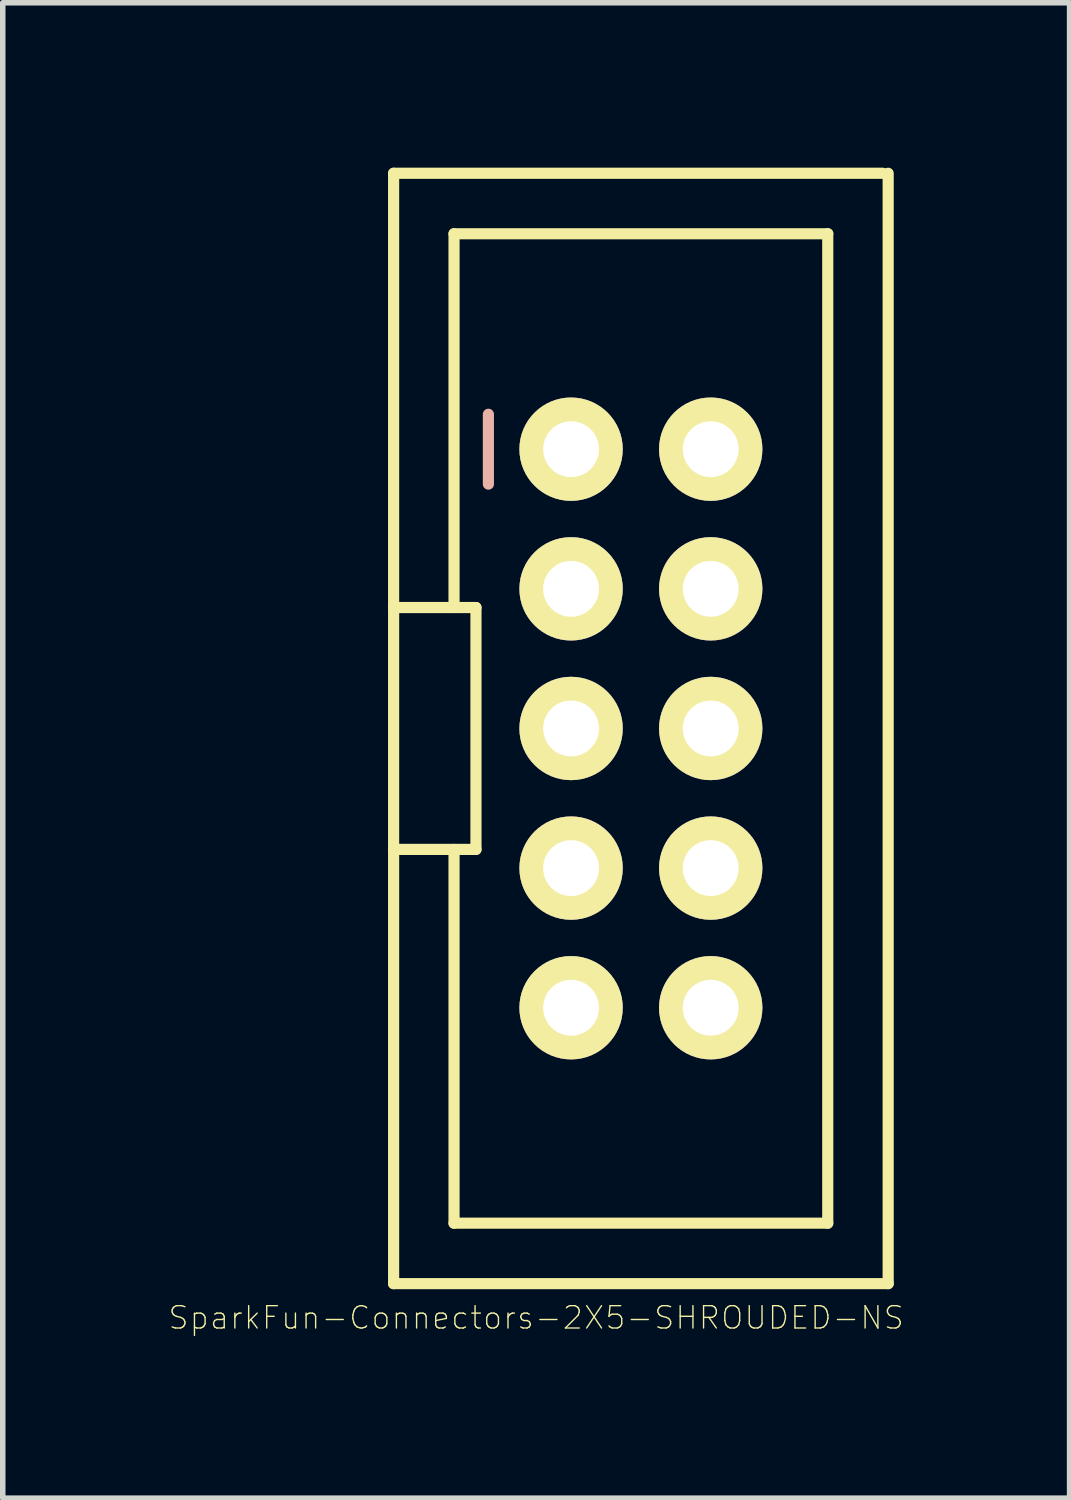
<source format=kicad_pcb>
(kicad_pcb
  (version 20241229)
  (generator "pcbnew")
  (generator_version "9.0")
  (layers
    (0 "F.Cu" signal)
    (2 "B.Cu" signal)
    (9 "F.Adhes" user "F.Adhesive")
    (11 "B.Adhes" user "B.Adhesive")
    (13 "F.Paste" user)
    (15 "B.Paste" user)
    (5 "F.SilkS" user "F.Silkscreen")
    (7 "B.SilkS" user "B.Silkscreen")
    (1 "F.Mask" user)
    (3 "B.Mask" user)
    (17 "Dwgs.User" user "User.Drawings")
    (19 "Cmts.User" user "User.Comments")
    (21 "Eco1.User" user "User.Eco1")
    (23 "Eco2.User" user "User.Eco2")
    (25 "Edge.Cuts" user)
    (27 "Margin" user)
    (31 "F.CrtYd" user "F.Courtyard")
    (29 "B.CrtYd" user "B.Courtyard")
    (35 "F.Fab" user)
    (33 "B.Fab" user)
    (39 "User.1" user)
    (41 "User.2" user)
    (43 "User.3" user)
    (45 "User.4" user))
  (footprint "SparkFun-Connectors-2X5-SHROUDED-NS"
    (layer "F.Cu")
    (at 8.608 10.201)
    (property "Reference" "SparkFun-Connectors-2X5-SHROUDED-NS" (at -1.905 10.719 0) (layer "F.SilkS") (effects (font (size 0.406 0.406) (thickness 0.025))))
    (attr exclude_from_pos_files exclude_from_bom)
    (fp_line (start -4.498 -10.099) (end 4.399 -10.099) (stroke (width 0.203) (type solid)) (layer "F.SilkS"))
    (fp_line (start -4.498 -2.2) (end -4.498 -10.099) (stroke (width 0.203) (type solid)) (layer "F.SilkS"))
    (fp_line (start -4.498 -2.2) (end -3 -2.2) (stroke (width 0.203) (type solid)) (layer "F.SilkS"))
    (fp_line (start -4.498 2.2) (end -4.498 -2.2) (stroke (width 0.203) (type solid)) (layer "F.SilkS"))
    (fp_line (start -4.498 10.099) (end -4.498 2.2) (stroke (width 0.203) (type solid)) (layer "F.SilkS"))
    (fp_line (start -3.399 -8.999) (end -3.399 -2.2) (stroke (width 0.203) (type solid)) (layer "F.SilkS"))
    (fp_line (start -3.399 -8.999) (end 3.399 -8.999) (stroke (width 0.203) (type solid)) (layer "F.SilkS"))
    (fp_line (start -3.399 8.999) (end -3.399 2.2) (stroke (width 0.203) (type solid)) (layer "F.SilkS"))
    (fp_line (start -3.399 8.999) (end 3.399 8.999) (stroke (width 0.203) (type solid)) (layer "F.SilkS"))
    (fp_line (start -3 -2.2) (end -3 2.2) (stroke (width 0.203) (type solid)) (layer "F.SilkS"))
    (fp_line (start -3 2.2) (end -4.498 2.2) (stroke (width 0.203) (type solid)) (layer "F.SilkS"))
    (fp_line (start -1.524 -5.334) (end -1.016 -5.334) (stroke (width 0.066) (type solid)) (layer "F.SilkS"))
    (fp_line (start -1.524 -4.826) (end -1.524 -5.334) (stroke (width 0.066) (type solid)) (layer "F.SilkS"))
    (fp_line (start -1.524 -4.826) (end -1.016 -4.826) (stroke (width 0.066) (type solid)) (layer "F.SilkS"))
    (fp_line (start -1.524 -2.794) (end -1.016 -2.794) (stroke (width 0.066) (type solid)) (layer "F.SilkS"))
    (fp_line (start -1.524 -2.286) (end -1.524 -2.794) (stroke (width 0.066) (type solid)) (layer "F.SilkS"))
    (fp_line (start -1.524 -2.286) (end -1.016 -2.286) (stroke (width 0.066) (type solid)) (layer "F.SilkS"))
    (fp_line (start -1.524 -0.254) (end -1.016 -0.254) (stroke (width 0.066) (type solid)) (layer "F.SilkS"))
    (fp_line (start -1.524 0.254) (end -1.524 -0.254) (stroke (width 0.066) (type solid)) (layer "F.SilkS"))
    (fp_line (start -1.524 0.254) (end -1.016 0.254) (stroke (width 0.066) (type solid)) (layer "F.SilkS"))
    (fp_line (start -1.524 2.286) (end -1.016 2.286) (stroke (width 0.066) (type solid)) (layer "F.SilkS"))
    (fp_line (start -1.524 2.286) (end -1.016 2.286) (stroke (width 0.066) (type solid)) (layer "F.SilkS"))
    (fp_line (start -1.524 2.794) (end -1.524 2.286) (stroke (width 0.066) (type solid)) (layer "F.SilkS"))
    (fp_line (start -1.524 2.794) (end -1.524 2.286) (stroke (width 0.066) (type solid)) (layer "F.SilkS"))
    (fp_line (start -1.524 2.794) (end -1.016 2.794) (stroke (width 0.066) (type solid)) (layer "F.SilkS"))
    (fp_line (start -1.524 2.794) (end -1.016 2.794) (stroke (width 0.066) (type solid)) (layer "F.SilkS"))
    (fp_line (start -1.524 4.826) (end -1.016 4.826) (stroke (width 0.066) (type solid)) (layer "F.SilkS"))
    (fp_line (start -1.524 5.334) (end -1.524 4.826) (stroke (width 0.066) (type solid)) (layer "F.SilkS"))
    (fp_line (start -1.524 5.334) (end -1.016 5.334) (stroke (width 0.066) (type solid)) (layer "F.SilkS"))
    (fp_line (start -1.016 -4.826) (end -1.016 -5.334) (stroke (width 0.066) (type solid)) (layer "F.SilkS"))
    (fp_line (start -1.016 -2.286) (end -1.016 -2.794) (stroke (width 0.066) (type solid)) (layer "F.SilkS"))
    (fp_line (start -1.016 0.254) (end -1.016 -0.254) (stroke (width 0.066) (type solid)) (layer "F.SilkS"))
    (fp_line (start -1.016 2.794) (end -1.016 2.286) (stroke (width 0.066) (type solid)) (layer "F.SilkS"))
    (fp_line (start -1.016 2.794) (end -1.016 2.286) (stroke (width 0.066) (type solid)) (layer "F.SilkS"))
    (fp_line (start -1.016 5.334) (end -1.016 4.826) (stroke (width 0.066) (type solid)) (layer "F.SilkS"))
    (fp_line (start 1.016 -5.334) (end 1.524 -5.334) (stroke (width 0.066) (type solid)) (layer "F.SilkS"))
    (fp_line (start 1.016 -4.826) (end 1.016 -5.334) (stroke (width 0.066) (type solid)) (layer "F.SilkS"))
    (fp_line (start 1.016 -4.826) (end 1.524 -4.826) (stroke (width 0.066) (type solid)) (layer "F.SilkS"))
    (fp_line (start 1.016 -2.794) (end 1.524 -2.794) (stroke (width 0.066) (type solid)) (layer "F.SilkS"))
    (fp_line (start 1.016 -2.286) (end 1.016 -2.794) (stroke (width 0.066) (type solid)) (layer "F.SilkS"))
    (fp_line (start 1.016 -2.286) (end 1.524 -2.286) (stroke (width 0.066) (type solid)) (layer "F.SilkS"))
    (fp_line (start 1.016 -0.254) (end 1.524 -0.254) (stroke (width 0.066) (type solid)) (layer "F.SilkS"))
    (fp_line (start 1.016 0.254) (end 1.016 -0.254) (stroke (width 0.066) (type solid)) (layer "F.SilkS"))
    (fp_line (start 1.016 0.254) (end 1.524 0.254) (stroke (width 0.066) (type solid)) (layer "F.SilkS"))
    (fp_line (start 1.016 2.286) (end 1.524 2.286) (stroke (width 0.066) (type solid)) (layer "F.SilkS"))
    (fp_line (start 1.016 2.286) (end 1.524 2.286) (stroke (width 0.066) (type solid)) (layer "F.SilkS"))
    (fp_line (start 1.016 2.794) (end 1.016 2.286) (stroke (width 0.066) (type solid)) (layer "F.SilkS"))
    (fp_line (start 1.016 2.794) (end 1.016 2.286) (stroke (width 0.066) (type solid)) (layer "F.SilkS"))
    (fp_line (start 1.016 2.794) (end 1.524 2.794) (stroke (width 0.066) (type solid)) (layer "F.SilkS"))
    (fp_line (start 1.016 2.794) (end 1.524 2.794) (stroke (width 0.066) (type solid)) (layer "F.SilkS"))
    (fp_line (start 1.016 4.826) (end 1.524 4.826) (stroke (width 0.066) (type solid)) (layer "F.SilkS"))
    (fp_line (start 1.016 5.334) (end 1.016 4.826) (stroke (width 0.066) (type solid)) (layer "F.SilkS"))
    (fp_line (start 1.016 5.334) (end 1.524 5.334) (stroke (width 0.066) (type solid)) (layer "F.SilkS"))
    (fp_line (start 1.524 -4.826) (end 1.524 -5.334) (stroke (width 0.066) (type solid)) (layer "F.SilkS"))
    (fp_line (start 1.524 -2.286) (end 1.524 -2.794) (stroke (width 0.066) (type solid)) (layer "F.SilkS"))
    (fp_line (start 1.524 0.254) (end 1.524 -0.254) (stroke (width 0.066) (type solid)) (layer "F.SilkS"))
    (fp_line (start 1.524 2.794) (end 1.524 2.286) (stroke (width 0.066) (type solid)) (layer "F.SilkS"))
    (fp_line (start 1.524 2.794) (end 1.524 2.286) (stroke (width 0.066) (type solid)) (layer "F.SilkS"))
    (fp_line (start 1.524 5.334) (end 1.524 4.826) (stroke (width 0.066) (type solid)) (layer "F.SilkS"))
    (fp_line (start 3.399 -8.999) (end 3.399 8.999) (stroke (width 0.203) (type solid)) (layer "F.SilkS"))
    (fp_line (start 4.498 -10.099) (end 4.498 10.099) (stroke (width 0.203) (type solid)) (layer "F.SilkS"))
    (fp_line (start 4.498 10.099) (end -4.498 10.099) (stroke (width 0.203) (type solid)) (layer "F.SilkS"))
    (fp_line (start -2.774 -5.715) (end -2.774 -4.445) (stroke (width 0.203) (type solid)) (layer "B.SilkS"))
    (pad "1" thru_hole circle (at -1.27 -5.08) (size 1.88 1.88) (drill 1.016) (layers "*.Cu" "F.Mask" "F.SilkS" "F.Paste"))
    (pad "2" thru_hole circle (at 1.27 -5.08) (size 1.88 1.88) (drill 1.016) (layers "*.Cu" "F.Mask" "F.SilkS" "F.Paste"))
    (pad "3" thru_hole circle (at -1.27 -2.54) (size 1.88 1.88) (drill 1.016) (layers "*.Cu" "F.Mask" "F.SilkS" "F.Paste"))
    (pad "4" thru_hole circle (at 1.27 -2.54) (size 1.88 1.88) (drill 1.016) (layers "*.Cu" "F.Mask" "F.SilkS" "F.Paste"))
    (pad "5" thru_hole circle (at -1.27 0) (size 1.88 1.88) (drill 1.016) (layers "*.Cu" "F.Mask" "F.SilkS" "F.Paste"))
    (pad "6" thru_hole circle (at 1.27 0) (size 1.88 1.88) (drill 1.016) (layers "*.Cu" "F.Mask" "F.SilkS" "F.Paste"))
    (pad "7" thru_hole circle (at -1.27 2.54) (size 1.88 1.88) (drill 1.016) (layers "*.Cu" "F.Mask" "F.SilkS" "F.Paste"))
    (pad "8" thru_hole circle (at 1.27 2.54) (size 1.88 1.88) (drill 1.016) (layers "*.Cu" "F.Mask" "F.SilkS" "F.Paste"))
    (pad "9" thru_hole circle (at -1.27 5.08) (size 1.88 1.88) (drill 1.016) (layers "*.Cu" "F.Mask" "F.SilkS" "F.Paste"))
    (pad "10" thru_hole circle (at 1.27 5.08) (size 1.88 1.88) (drill 1.016) (layers "*.Cu" "F.Mask" "F.SilkS" "F.Paste")))
  (gr_rect
    (start -3 -3)
    (end 16.406 24.202)
    (stroke (width 0.1) (type default))
    (fill no)
    (layer "Edge.Cuts")))
</source>
